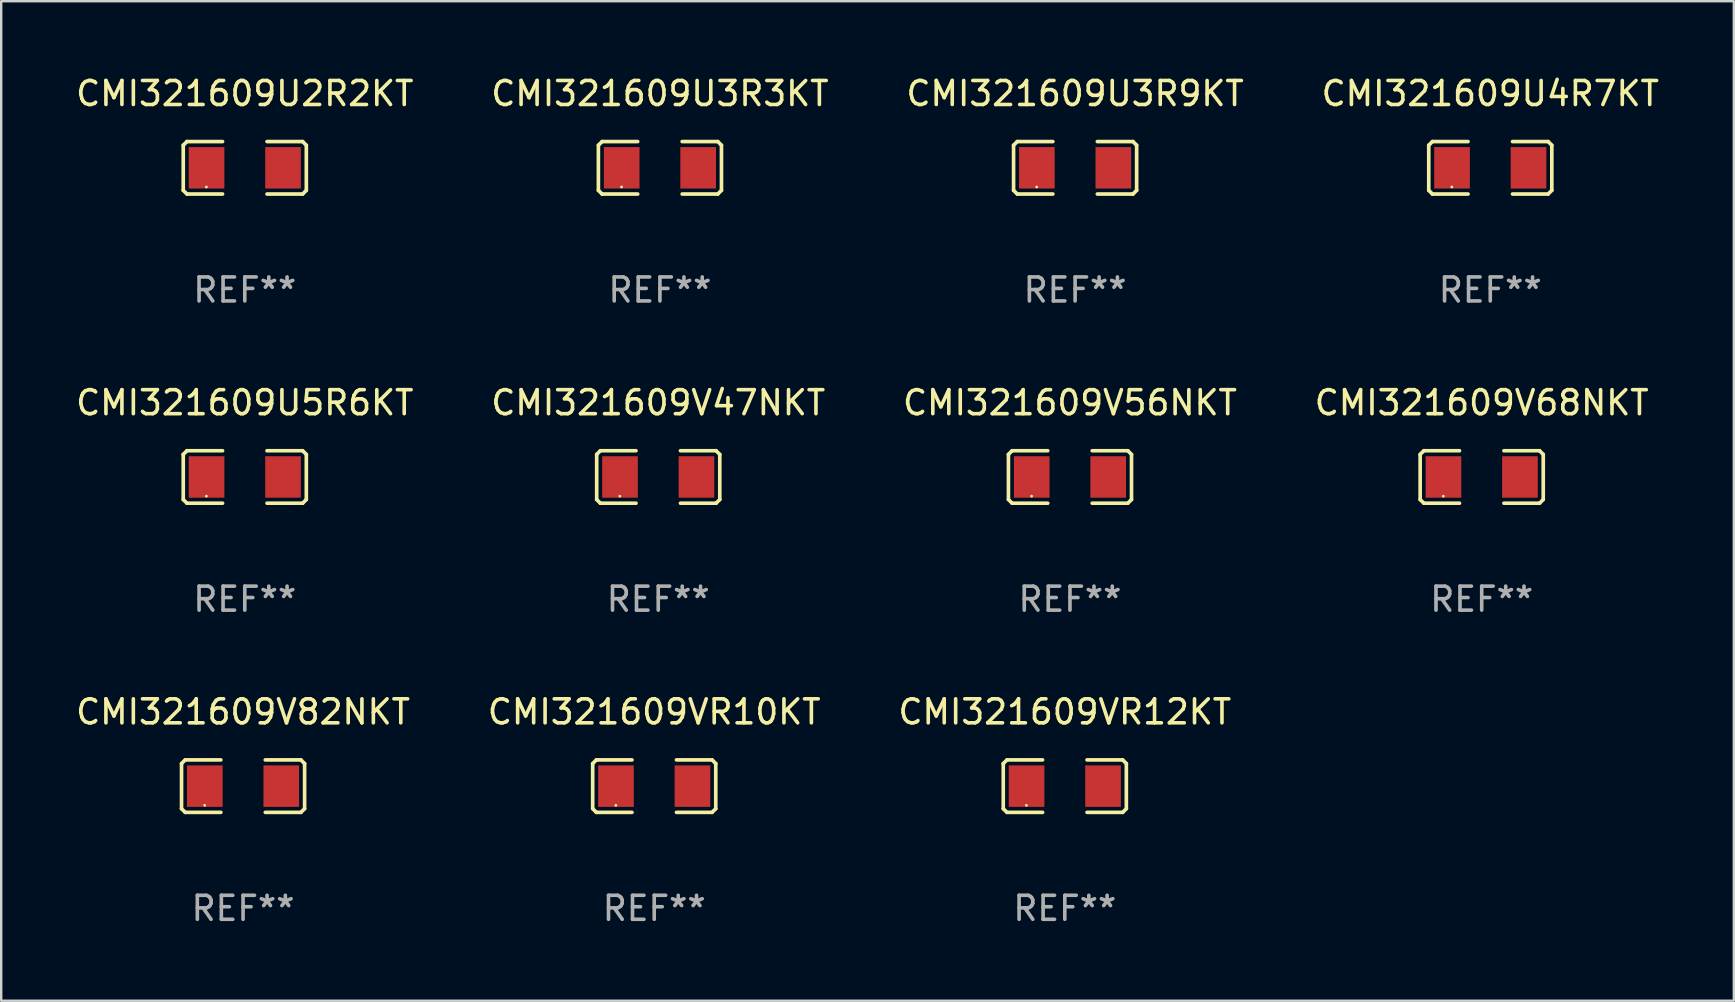
<source format=kicad_pcb>
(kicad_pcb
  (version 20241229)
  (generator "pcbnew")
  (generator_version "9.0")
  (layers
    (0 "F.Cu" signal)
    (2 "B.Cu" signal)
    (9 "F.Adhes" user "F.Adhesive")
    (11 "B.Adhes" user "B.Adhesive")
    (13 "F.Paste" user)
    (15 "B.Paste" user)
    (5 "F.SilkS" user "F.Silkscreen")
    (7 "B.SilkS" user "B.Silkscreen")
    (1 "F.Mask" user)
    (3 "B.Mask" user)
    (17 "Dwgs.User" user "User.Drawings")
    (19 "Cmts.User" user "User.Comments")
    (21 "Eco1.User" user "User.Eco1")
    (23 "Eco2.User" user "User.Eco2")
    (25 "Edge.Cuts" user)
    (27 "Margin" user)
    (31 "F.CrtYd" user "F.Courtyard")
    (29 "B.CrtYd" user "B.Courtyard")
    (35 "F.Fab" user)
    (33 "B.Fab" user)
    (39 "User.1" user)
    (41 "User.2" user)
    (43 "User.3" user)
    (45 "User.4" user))
  (footprint "CMI321609U3R9KT"
    (layer "F.Cu")
    (at 41.744 3.941)
    (property "Reference" "CMI321609U3R9KT" (at 0 -3.093 0) (layer "F.SilkS") (effects (font (size 1 1) (thickness 0.15))))
    (attr through_hole)
    (fp_line (start -2.564 -0.94) (end -2.411 -1.093) (stroke (width 0.152) (type solid)) (layer "F.SilkS"))
    (fp_line (start -2.564 0.94) (end -2.564 -0.94) (stroke (width 0.152) (type solid)) (layer "F.SilkS"))
    (fp_line (start -2.411 -1.093) (end -0.926 -1.093) (stroke (width 0.152) (type solid)) (layer "F.SilkS"))
    (fp_line (start -2.411 1.093) (end -2.564 0.94) (stroke (width 0.152) (type solid)) (layer "F.SilkS"))
    (fp_line (start -0.926 1.093) (end -2.411 1.093) (stroke (width 0.152) (type solid)) (layer "F.SilkS"))
    (fp_line (start 0.926 1.093) (end 2.411 1.093) (stroke (width 0.152) (type solid)) (layer "F.SilkS"))
    (fp_line (start 2.411 -1.093) (end 0.926 -1.093) (stroke (width 0.152) (type solid)) (layer "F.SilkS"))
    (fp_line (start 2.411 1.093) (end 2.564 0.94) (stroke (width 0.152) (type solid)) (layer "F.SilkS"))
    (fp_line (start 2.564 -0.94) (end 2.411 -1.093) (stroke (width 0.152) (type solid)) (layer "F.SilkS"))
    (fp_line (start 2.564 0.94) (end 2.564 -0.94) (stroke (width 0.152) (type solid)) (layer "F.SilkS"))
    (fp_circle (center -1.6 0.8) (end -1.57 0.8) (stroke (width 0.06) (type solid)) (fill no) (layer "F.SilkS"))
    (fp_text user "REF**" (at 0 5.093 0) (layer "F.Fab") (effects (font (size 1 1) (thickness 0.15))))
    (pad "1" smd rect (at -1.593 0) (size 1.485 1.728) (layers "F.Cu" "F.Mask" "F.Paste"))
    (pad "2" smd rect (at 1.593 0) (size 1.485 1.728) (layers "F.Cu" "F.Mask" "F.Paste")))
  (footprint "CMI321609U4R7KT"
    (layer "F.Cu")
    (at 59.042 3.941)
    (property "Reference" "CMI321609U4R7KT" (at 0 -3.093 0) (layer "F.SilkS") (effects (font (size 1 1) (thickness 0.15))))
    (attr through_hole)
    (fp_line (start -2.564 -0.94) (end -2.411 -1.093) (stroke (width 0.152) (type solid)) (layer "F.SilkS"))
    (fp_line (start -2.564 0.94) (end -2.564 -0.94) (stroke (width 0.152) (type solid)) (layer "F.SilkS"))
    (fp_line (start -2.411 -1.093) (end -0.926 -1.093) (stroke (width 0.152) (type solid)) (layer "F.SilkS"))
    (fp_line (start -2.411 1.093) (end -2.564 0.94) (stroke (width 0.152) (type solid)) (layer "F.SilkS"))
    (fp_line (start -0.926 1.093) (end -2.411 1.093) (stroke (width 0.152) (type solid)) (layer "F.SilkS"))
    (fp_line (start 0.926 1.093) (end 2.411 1.093) (stroke (width 0.152) (type solid)) (layer "F.SilkS"))
    (fp_line (start 2.411 -1.093) (end 0.926 -1.093) (stroke (width 0.152) (type solid)) (layer "F.SilkS"))
    (fp_line (start 2.411 1.093) (end 2.564 0.94) (stroke (width 0.152) (type solid)) (layer "F.SilkS"))
    (fp_line (start 2.564 -0.94) (end 2.411 -1.093) (stroke (width 0.152) (type solid)) (layer "F.SilkS"))
    (fp_line (start 2.564 0.94) (end 2.564 -0.94) (stroke (width 0.152) (type solid)) (layer "F.SilkS"))
    (fp_circle (center -1.6 0.8) (end -1.57 0.8) (stroke (width 0.06) (type solid)) (fill no) (layer "F.SilkS"))
    (fp_text user "REF**" (at 0 5.093 0) (layer "F.Fab") (effects (font (size 1 1) (thickness 0.15))))
    (pad "1" smd rect (at -1.593 0) (size 1.485 1.728) (layers "F.Cu" "F.Mask" "F.Paste"))
    (pad "2" smd rect (at 1.593 0) (size 1.485 1.728) (layers "F.Cu" "F.Mask" "F.Paste")))
  (footprint "CMI321609V47NKT"
    (layer "F.Cu")
    (at 24.375 16.823)
    (property "Reference" "CMI321609V47NKT" (at 0 -3.093 0) (layer "F.SilkS") (effects (font (size 1 1) (thickness 0.15))))
    (attr through_hole)
    (fp_line (start -2.564 -0.94) (end -2.411 -1.093) (stroke (width 0.152) (type solid)) (layer "F.SilkS"))
    (fp_line (start -2.564 0.94) (end -2.564 -0.94) (stroke (width 0.152) (type solid)) (layer "F.SilkS"))
    (fp_line (start -2.411 -1.093) (end -0.926 -1.093) (stroke (width 0.152) (type solid)) (layer "F.SilkS"))
    (fp_line (start -2.411 1.093) (end -2.564 0.94) (stroke (width 0.152) (type solid)) (layer "F.SilkS"))
    (fp_line (start -0.926 1.093) (end -2.411 1.093) (stroke (width 0.152) (type solid)) (layer "F.SilkS"))
    (fp_line (start 0.926 1.093) (end 2.411 1.093) (stroke (width 0.152) (type solid)) (layer "F.SilkS"))
    (fp_line (start 2.411 -1.093) (end 0.926 -1.093) (stroke (width 0.152) (type solid)) (layer "F.SilkS"))
    (fp_line (start 2.411 1.093) (end 2.564 0.94) (stroke (width 0.152) (type solid)) (layer "F.SilkS"))
    (fp_line (start 2.564 -0.94) (end 2.411 -1.093) (stroke (width 0.152) (type solid)) (layer "F.SilkS"))
    (fp_line (start 2.564 0.94) (end 2.564 -0.94) (stroke (width 0.152) (type solid)) (layer "F.SilkS"))
    (fp_circle (center -1.6 0.8) (end -1.57 0.8) (stroke (width 0.06) (type solid)) (fill no) (layer "F.SilkS"))
    (fp_text user "REF**" (at 0 5.093 0) (layer "F.Fab") (effects (font (size 1 1) (thickness 0.15))))
    (pad "1" smd rect (at -1.593 0) (size 1.485 1.728) (layers "F.Cu" "F.Mask" "F.Paste"))
    (pad "2" smd rect (at 1.593 0) (size 1.485 1.728) (layers "F.Cu" "F.Mask" "F.Paste")))
  (footprint "CMI321609U5R6KT"
    (layer "F.Cu")
    (at 7.149 16.823)
    (property "Reference" "CMI321609U5R6KT" (at 0 -3.093 0) (layer "F.SilkS") (effects (font (size 1 1) (thickness 0.15))))
    (attr through_hole)
    (fp_line (start -2.564 -0.94) (end -2.411 -1.093) (stroke (width 0.152) (type solid)) (layer "F.SilkS"))
    (fp_line (start -2.564 0.94) (end -2.564 -0.94) (stroke (width 0.152) (type solid)) (layer "F.SilkS"))
    (fp_line (start -2.411 -1.093) (end -0.926 -1.093) (stroke (width 0.152) (type solid)) (layer "F.SilkS"))
    (fp_line (start -2.411 1.093) (end -2.564 0.94) (stroke (width 0.152) (type solid)) (layer "F.SilkS"))
    (fp_line (start -0.926 1.093) (end -2.411 1.093) (stroke (width 0.152) (type solid)) (layer "F.SilkS"))
    (fp_line (start 0.926 1.093) (end 2.411 1.093) (stroke (width 0.152) (type solid)) (layer "F.SilkS"))
    (fp_line (start 2.411 -1.093) (end 0.926 -1.093) (stroke (width 0.152) (type solid)) (layer "F.SilkS"))
    (fp_line (start 2.411 1.093) (end 2.564 0.94) (stroke (width 0.152) (type solid)) (layer "F.SilkS"))
    (fp_line (start 2.564 -0.94) (end 2.411 -1.093) (stroke (width 0.152) (type solid)) (layer "F.SilkS"))
    (fp_line (start 2.564 0.94) (end 2.564 -0.94) (stroke (width 0.152) (type solid)) (layer "F.SilkS"))
    (fp_circle (center -1.6 0.8) (end -1.57 0.8) (stroke (width 0.06) (type solid)) (fill no) (layer "F.SilkS"))
    (fp_text user "REF**" (at 0 5.093 0) (layer "F.Fab") (effects (font (size 1 1) (thickness 0.15))))
    (pad "1" smd rect (at -1.593 0) (size 1.485 1.728) (layers "F.Cu" "F.Mask" "F.Paste"))
    (pad "2" smd rect (at 1.593 0) (size 1.485 1.728) (layers "F.Cu" "F.Mask" "F.Paste")))
  (footprint "CMI321609U2R2KT"
    (layer "F.Cu")
    (at 7.149 3.941)
    (property "Reference" "CMI321609U2R2KT" (at 0 -3.093 0) (layer "F.SilkS") (effects (font (size 1 1) (thickness 0.15))))
    (attr through_hole)
    (fp_line (start -2.564 -0.94) (end -2.411 -1.093) (stroke (width 0.152) (type solid)) (layer "F.SilkS"))
    (fp_line (start -2.564 0.94) (end -2.564 -0.94) (stroke (width 0.152) (type solid)) (layer "F.SilkS"))
    (fp_line (start -2.411 -1.093) (end -0.926 -1.093) (stroke (width 0.152) (type solid)) (layer "F.SilkS"))
    (fp_line (start -2.411 1.093) (end -2.564 0.94) (stroke (width 0.152) (type solid)) (layer "F.SilkS"))
    (fp_line (start -0.926 1.093) (end -2.411 1.093) (stroke (width 0.152) (type solid)) (layer "F.SilkS"))
    (fp_line (start 0.926 1.093) (end 2.411 1.093) (stroke (width 0.152) (type solid)) (layer "F.SilkS"))
    (fp_line (start 2.411 -1.093) (end 0.926 -1.093) (stroke (width 0.152) (type solid)) (layer "F.SilkS"))
    (fp_line (start 2.411 1.093) (end 2.564 0.94) (stroke (width 0.152) (type solid)) (layer "F.SilkS"))
    (fp_line (start 2.564 -0.94) (end 2.411 -1.093) (stroke (width 0.152) (type solid)) (layer "F.SilkS"))
    (fp_line (start 2.564 0.94) (end 2.564 -0.94) (stroke (width 0.152) (type solid)) (layer "F.SilkS"))
    (fp_circle (center -1.6 0.8) (end -1.57 0.8) (stroke (width 0.06) (type solid)) (fill no) (layer "F.SilkS"))
    (fp_text user "REF**" (at 0 5.093 0) (layer "F.Fab") (effects (font (size 1 1) (thickness 0.15))))
    (pad "1" smd rect (at -1.593 0) (size 1.485 1.728) (layers "F.Cu" "F.Mask" "F.Paste"))
    (pad "2" smd rect (at 1.593 0) (size 1.485 1.728) (layers "F.Cu" "F.Mask" "F.Paste")))
  (footprint "CMI321609V68NKT"
    (layer "F.Cu")
    (at 58.685 16.823)
    (property "Reference" "CMI321609V68NKT" (at 0 -3.093 0) (layer "F.SilkS") (effects (font (size 1 1) (thickness 0.15))))
    (attr through_hole)
    (fp_line (start -2.564 -0.94) (end -2.411 -1.093) (stroke (width 0.152) (type solid)) (layer "F.SilkS"))
    (fp_line (start -2.564 0.94) (end -2.564 -0.94) (stroke (width 0.152) (type solid)) (layer "F.SilkS"))
    (fp_line (start -2.411 -1.093) (end -0.926 -1.093) (stroke (width 0.152) (type solid)) (layer "F.SilkS"))
    (fp_line (start -2.411 1.093) (end -2.564 0.94) (stroke (width 0.152) (type solid)) (layer "F.SilkS"))
    (fp_line (start -0.926 1.093) (end -2.411 1.093) (stroke (width 0.152) (type solid)) (layer "F.SilkS"))
    (fp_line (start 0.926 1.093) (end 2.411 1.093) (stroke (width 0.152) (type solid)) (layer "F.SilkS"))
    (fp_line (start 2.411 -1.093) (end 0.926 -1.093) (stroke (width 0.152) (type solid)) (layer "F.SilkS"))
    (fp_line (start 2.411 1.093) (end 2.564 0.94) (stroke (width 0.152) (type solid)) (layer "F.SilkS"))
    (fp_line (start 2.564 -0.94) (end 2.411 -1.093) (stroke (width 0.152) (type solid)) (layer "F.SilkS"))
    (fp_line (start 2.564 0.94) (end 2.564 -0.94) (stroke (width 0.152) (type solid)) (layer "F.SilkS"))
    (fp_circle (center -1.6 0.8) (end -1.57 0.8) (stroke (width 0.06) (type solid)) (fill no) (layer "F.SilkS"))
    (fp_text user "REF**" (at 0 5.093 0) (layer "F.Fab") (effects (font (size 1 1) (thickness 0.15))))
    (pad "1" smd rect (at -1.593 0) (size 1.485 1.728) (layers "F.Cu" "F.Mask" "F.Paste"))
    (pad "2" smd rect (at 1.593 0) (size 1.485 1.728) (layers "F.Cu" "F.Mask" "F.Paste")))
  (footprint "CMI321609U3R3KT"
    (layer "F.Cu")
    (at 24.446 3.941)
    (property "Reference" "CMI321609U3R3KT" (at 0 -3.093 0) (layer "F.SilkS") (effects (font (size 1 1) (thickness 0.15))))
    (attr through_hole)
    (fp_line (start -2.564 -0.94) (end -2.411 -1.093) (stroke (width 0.152) (type solid)) (layer "F.SilkS"))
    (fp_line (start -2.564 0.94) (end -2.564 -0.94) (stroke (width 0.152) (type solid)) (layer "F.SilkS"))
    (fp_line (start -2.411 -1.093) (end -0.926 -1.093) (stroke (width 0.152) (type solid)) (layer "F.SilkS"))
    (fp_line (start -2.411 1.093) (end -2.564 0.94) (stroke (width 0.152) (type solid)) (layer "F.SilkS"))
    (fp_line (start -0.926 1.093) (end -2.411 1.093) (stroke (width 0.152) (type solid)) (layer "F.SilkS"))
    (fp_line (start 0.926 1.093) (end 2.411 1.093) (stroke (width 0.152) (type solid)) (layer "F.SilkS"))
    (fp_line (start 2.411 -1.093) (end 0.926 -1.093) (stroke (width 0.152) (type solid)) (layer "F.SilkS"))
    (fp_line (start 2.411 1.093) (end 2.564 0.94) (stroke (width 0.152) (type solid)) (layer "F.SilkS"))
    (fp_line (start 2.564 -0.94) (end 2.411 -1.093) (stroke (width 0.152) (type solid)) (layer "F.SilkS"))
    (fp_line (start 2.564 0.94) (end 2.564 -0.94) (stroke (width 0.152) (type solid)) (layer "F.SilkS"))
    (fp_circle (center -1.6 0.8) (end -1.57 0.8) (stroke (width 0.06) (type solid)) (fill no) (layer "F.SilkS"))
    (fp_text user "REF**" (at 0 5.093 0) (layer "F.Fab") (effects (font (size 1 1) (thickness 0.15))))
    (pad "1" smd rect (at -1.593 0) (size 1.485 1.728) (layers "F.Cu" "F.Mask" "F.Paste"))
    (pad "2" smd rect (at 1.593 0) (size 1.485 1.728) (layers "F.Cu" "F.Mask" "F.Paste")))
  (footprint "CMI321609V82NKT"
    (layer "F.Cu")
    (at 7.077 29.704)
    (property "Reference" "CMI321609V82NKT" (at 0 -3.093 0) (layer "F.SilkS") (effects (font (size 1 1) (thickness 0.15))))
    (attr through_hole)
    (fp_line (start -2.564 -0.94) (end -2.411 -1.093) (stroke (width 0.152) (type solid)) (layer "F.SilkS"))
    (fp_line (start -2.564 0.94) (end -2.564 -0.94) (stroke (width 0.152) (type solid)) (layer "F.SilkS"))
    (fp_line (start -2.411 -1.093) (end -0.926 -1.093) (stroke (width 0.152) (type solid)) (layer "F.SilkS"))
    (fp_line (start -2.411 1.093) (end -2.564 0.94) (stroke (width 0.152) (type solid)) (layer "F.SilkS"))
    (fp_line (start -0.926 1.093) (end -2.411 1.093) (stroke (width 0.152) (type solid)) (layer "F.SilkS"))
    (fp_line (start 0.926 1.093) (end 2.411 1.093) (stroke (width 0.152) (type solid)) (layer "F.SilkS"))
    (fp_line (start 2.411 -1.093) (end 0.926 -1.093) (stroke (width 0.152) (type solid)) (layer "F.SilkS"))
    (fp_line (start 2.411 1.093) (end 2.564 0.94) (stroke (width 0.152) (type solid)) (layer "F.SilkS"))
    (fp_line (start 2.564 -0.94) (end 2.411 -1.093) (stroke (width 0.152) (type solid)) (layer "F.SilkS"))
    (fp_line (start 2.564 0.94) (end 2.564 -0.94) (stroke (width 0.152) (type solid)) (layer "F.SilkS"))
    (fp_circle (center -1.6 0.8) (end -1.57 0.8) (stroke (width 0.06) (type solid)) (fill no) (layer "F.SilkS"))
    (fp_text user "REF**" (at 0 5.093 0) (layer "F.Fab") (effects (font (size 1 1) (thickness 0.15))))
    (pad "1" smd rect (at -1.593 0) (size 1.485 1.728) (layers "F.Cu" "F.Mask" "F.Paste"))
    (pad "2" smd rect (at 1.593 0) (size 1.485 1.728) (layers "F.Cu" "F.Mask" "F.Paste")))
  (footprint "CMI321609VR12KT"
    (layer "F.Cu")
    (at 41.315 29.704)
    (property "Reference" "CMI321609VR12KT" (at 0 -3.093 0) (layer "F.SilkS") (effects (font (size 1 1) (thickness 0.15))))
    (attr through_hole)
    (fp_line (start -2.564 -0.94) (end -2.411 -1.093) (stroke (width 0.152) (type solid)) (layer "F.SilkS"))
    (fp_line (start -2.564 0.94) (end -2.564 -0.94) (stroke (width 0.152) (type solid)) (layer "F.SilkS"))
    (fp_line (start -2.411 -1.093) (end -0.926 -1.093) (stroke (width 0.152) (type solid)) (layer "F.SilkS"))
    (fp_line (start -2.411 1.093) (end -2.564 0.94) (stroke (width 0.152) (type solid)) (layer "F.SilkS"))
    (fp_line (start -0.926 1.093) (end -2.411 1.093) (stroke (width 0.152) (type solid)) (layer "F.SilkS"))
    (fp_line (start 0.926 1.093) (end 2.411 1.093) (stroke (width 0.152) (type solid)) (layer "F.SilkS"))
    (fp_line (start 2.411 -1.093) (end 0.926 -1.093) (stroke (width 0.152) (type solid)) (layer "F.SilkS"))
    (fp_line (start 2.411 1.093) (end 2.564 0.94) (stroke (width 0.152) (type solid)) (layer "F.SilkS"))
    (fp_line (start 2.564 -0.94) (end 2.411 -1.093) (stroke (width 0.152) (type solid)) (layer "F.SilkS"))
    (fp_line (start 2.564 0.94) (end 2.564 -0.94) (stroke (width 0.152) (type solid)) (layer "F.SilkS"))
    (fp_circle (center -1.6 0.8) (end -1.57 0.8) (stroke (width 0.06) (type solid)) (fill no) (layer "F.SilkS"))
    (fp_text user "REF**" (at 0 5.093 0) (layer "F.Fab") (effects (font (size 1 1) (thickness 0.15))))
    (pad "1" smd rect (at -1.593 0) (size 1.485 1.728) (layers "F.Cu" "F.Mask" "F.Paste"))
    (pad "2" smd rect (at 1.593 0) (size 1.485 1.728) (layers "F.Cu" "F.Mask" "F.Paste")))
  (footprint "CMI321609VR10KT"
    (layer "F.Cu")
    (at 24.208 29.704)
    (property "Reference" "CMI321609VR10KT" (at 0 -3.093 0) (layer "F.SilkS") (effects (font (size 1 1) (thickness 0.15))))
    (attr through_hole)
    (fp_line (start -2.564 -0.94) (end -2.411 -1.093) (stroke (width 0.152) (type solid)) (layer "F.SilkS"))
    (fp_line (start -2.564 0.94) (end -2.564 -0.94) (stroke (width 0.152) (type solid)) (layer "F.SilkS"))
    (fp_line (start -2.411 -1.093) (end -0.926 -1.093) (stroke (width 0.152) (type solid)) (layer "F.SilkS"))
    (fp_line (start -2.411 1.093) (end -2.564 0.94) (stroke (width 0.152) (type solid)) (layer "F.SilkS"))
    (fp_line (start -0.926 1.093) (end -2.411 1.093) (stroke (width 0.152) (type solid)) (layer "F.SilkS"))
    (fp_line (start 0.926 1.093) (end 2.411 1.093) (stroke (width 0.152) (type solid)) (layer "F.SilkS"))
    (fp_line (start 2.411 -1.093) (end 0.926 -1.093) (stroke (width 0.152) (type solid)) (layer "F.SilkS"))
    (fp_line (start 2.411 1.093) (end 2.564 0.94) (stroke (width 0.152) (type solid)) (layer "F.SilkS"))
    (fp_line (start 2.564 -0.94) (end 2.411 -1.093) (stroke (width 0.152) (type solid)) (layer "F.SilkS"))
    (fp_line (start 2.564 0.94) (end 2.564 -0.94) (stroke (width 0.152) (type solid)) (layer "F.SilkS"))
    (fp_circle (center -1.6 0.8) (end -1.57 0.8) (stroke (width 0.06) (type solid)) (fill no) (layer "F.SilkS"))
    (fp_text user "REF**" (at 0 5.093 0) (layer "F.Fab") (effects (font (size 1 1) (thickness 0.15))))
    (pad "1" smd rect (at -1.593 0) (size 1.485 1.728) (layers "F.Cu" "F.Mask" "F.Paste"))
    (pad "2" smd rect (at 1.593 0) (size 1.485 1.728) (layers "F.Cu" "F.Mask" "F.Paste")))
  (footprint "CMI321609V56NKT"
    (layer "F.Cu")
    (at 41.53 16.823)
    (property "Reference" "CMI321609V56NKT" (at 0 -3.093 0) (layer "F.SilkS") (effects (font (size 1 1) (thickness 0.15))))
    (attr through_hole)
    (fp_line (start -2.564 -0.94) (end -2.411 -1.093) (stroke (width 0.152) (type solid)) (layer "F.SilkS"))
    (fp_line (start -2.564 0.94) (end -2.564 -0.94) (stroke (width 0.152) (type solid)) (layer "F.SilkS"))
    (fp_line (start -2.411 -1.093) (end -0.926 -1.093) (stroke (width 0.152) (type solid)) (layer "F.SilkS"))
    (fp_line (start -2.411 1.093) (end -2.564 0.94) (stroke (width 0.152) (type solid)) (layer "F.SilkS"))
    (fp_line (start -0.926 1.093) (end -2.411 1.093) (stroke (width 0.152) (type solid)) (layer "F.SilkS"))
    (fp_line (start 0.926 1.093) (end 2.411 1.093) (stroke (width 0.152) (type solid)) (layer "F.SilkS"))
    (fp_line (start 2.411 -1.093) (end 0.926 -1.093) (stroke (width 0.152) (type solid)) (layer "F.SilkS"))
    (fp_line (start 2.411 1.093) (end 2.564 0.94) (stroke (width 0.152) (type solid)) (layer "F.SilkS"))
    (fp_line (start 2.564 -0.94) (end 2.411 -1.093) (stroke (width 0.152) (type solid)) (layer "F.SilkS"))
    (fp_line (start 2.564 0.94) (end 2.564 -0.94) (stroke (width 0.152) (type solid)) (layer "F.SilkS"))
    (fp_circle (center -1.6 0.8) (end -1.57 0.8) (stroke (width 0.06) (type solid)) (fill no) (layer "F.SilkS"))
    (fp_text user "REF**" (at 0 5.093 0) (layer "F.Fab") (effects (font (size 1 1) (thickness 0.15))))
    (pad "1" smd rect (at -1.593 0) (size 1.485 1.728) (layers "F.Cu" "F.Mask" "F.Paste"))
    (pad "2" smd rect (at 1.593 0) (size 1.485 1.728) (layers "F.Cu" "F.Mask" "F.Paste")))
  (gr_rect
    (start -3 -3)
    (end 69.19 38.645)
    (stroke (width 0.1) (type default))
    (fill no)
    (layer "Edge.Cuts")))
</source>
